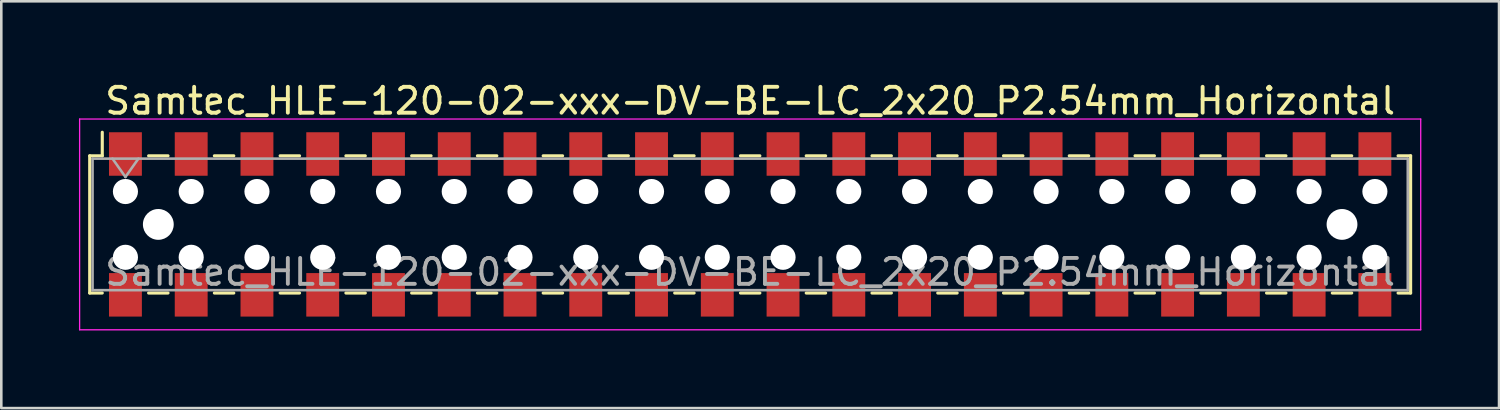
<source format=kicad_pcb>
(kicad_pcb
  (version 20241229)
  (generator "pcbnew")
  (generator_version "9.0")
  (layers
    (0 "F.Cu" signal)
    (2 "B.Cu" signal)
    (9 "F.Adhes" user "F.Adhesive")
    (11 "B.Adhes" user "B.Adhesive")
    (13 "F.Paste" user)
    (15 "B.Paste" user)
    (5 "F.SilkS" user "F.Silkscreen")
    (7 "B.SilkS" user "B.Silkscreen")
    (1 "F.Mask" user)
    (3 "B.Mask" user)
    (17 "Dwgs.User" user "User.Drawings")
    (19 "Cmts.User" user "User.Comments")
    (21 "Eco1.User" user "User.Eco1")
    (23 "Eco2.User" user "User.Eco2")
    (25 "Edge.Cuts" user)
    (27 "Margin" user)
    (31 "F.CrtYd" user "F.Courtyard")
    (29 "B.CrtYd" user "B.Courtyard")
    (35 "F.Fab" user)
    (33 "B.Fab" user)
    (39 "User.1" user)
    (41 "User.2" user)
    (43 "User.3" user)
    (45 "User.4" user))
  (footprint "Samtec_HLE-120-02-xxx-DV-BE-LC_2x20_P2.54mm_Horizontal"
    (layer "F.Cu")
    (at 25.925 5.618)
    (property "Reference" "Samtec_HLE-120-02-xxx-DV-BE-LC_2x20_P2.54mm_Horizontal" (at 0 -4.77 0) (layer "F.SilkS") (effects (font (size 1 1) (thickness 0.15))))
    (attr smd)
    (fp_line (start -25.51 -2.65) (end -25.51 2.65) (stroke (width 0.12) (type solid)) (layer "F.SilkS"))
    (fp_line (start -25.51 2.65) (end -25.025 2.65) (stroke (width 0.12) (type solid)) (layer "F.SilkS"))
    (fp_line (start -25.025 -3.56) (end -25.025 -2.65) (stroke (width 0.12) (type solid)) (layer "F.SilkS"))
    (fp_line (start -25.025 -2.65) (end -25.51 -2.65) (stroke (width 0.12) (type solid)) (layer "F.SilkS"))
    (fp_line (start -23.235 -2.65) (end -22.485 -2.65) (stroke (width 0.12) (type solid)) (layer "F.SilkS"))
    (fp_line (start -23.235 2.65) (end -22.485 2.65) (stroke (width 0.12) (type solid)) (layer "F.SilkS"))
    (fp_line (start -20.695 -2.65) (end -19.945 -2.65) (stroke (width 0.12) (type solid)) (layer "F.SilkS"))
    (fp_line (start -20.695 2.65) (end -19.945 2.65) (stroke (width 0.12) (type solid)) (layer "F.SilkS"))
    (fp_line (start -18.155 -2.65) (end -17.405 -2.65) (stroke (width 0.12) (type solid)) (layer "F.SilkS"))
    (fp_line (start -18.155 2.65) (end -17.405 2.65) (stroke (width 0.12) (type solid)) (layer "F.SilkS"))
    (fp_line (start -15.615 -2.65) (end -14.865 -2.65) (stroke (width 0.12) (type solid)) (layer "F.SilkS"))
    (fp_line (start -15.615 2.65) (end -14.865 2.65) (stroke (width 0.12) (type solid)) (layer "F.SilkS"))
    (fp_line (start -13.075 -2.65) (end -12.325 -2.65) (stroke (width 0.12) (type solid)) (layer "F.SilkS"))
    (fp_line (start -13.075 2.65) (end -12.325 2.65) (stroke (width 0.12) (type solid)) (layer "F.SilkS"))
    (fp_line (start -10.535 -2.65) (end -9.785 -2.65) (stroke (width 0.12) (type solid)) (layer "F.SilkS"))
    (fp_line (start -10.535 2.65) (end -9.785 2.65) (stroke (width 0.12) (type solid)) (layer "F.SilkS"))
    (fp_line (start -7.995 -2.65) (end -7.245 -2.65) (stroke (width 0.12) (type solid)) (layer "F.SilkS"))
    (fp_line (start -7.995 2.65) (end -7.245 2.65) (stroke (width 0.12) (type solid)) (layer "F.SilkS"))
    (fp_line (start -5.455 -2.65) (end -4.705 -2.65) (stroke (width 0.12) (type solid)) (layer "F.SilkS"))
    (fp_line (start -5.455 2.65) (end -4.705 2.65) (stroke (width 0.12) (type solid)) (layer "F.SilkS"))
    (fp_line (start -2.915 -2.65) (end -2.165 -2.65) (stroke (width 0.12) (type solid)) (layer "F.SilkS"))
    (fp_line (start -2.915 2.65) (end -2.165 2.65) (stroke (width 0.12) (type solid)) (layer "F.SilkS"))
    (fp_line (start -0.375 -2.65) (end 0.375 -2.65) (stroke (width 0.12) (type solid)) (layer "F.SilkS"))
    (fp_line (start -0.375 2.65) (end 0.375 2.65) (stroke (width 0.12) (type solid)) (layer "F.SilkS"))
    (fp_line (start 2.165 -2.65) (end 2.915 -2.65) (stroke (width 0.12) (type solid)) (layer "F.SilkS"))
    (fp_line (start 2.165 2.65) (end 2.915 2.65) (stroke (width 0.12) (type solid)) (layer "F.SilkS"))
    (fp_line (start 4.705 -2.65) (end 5.455 -2.65) (stroke (width 0.12) (type solid)) (layer "F.SilkS"))
    (fp_line (start 4.705 2.65) (end 5.455 2.65) (stroke (width 0.12) (type solid)) (layer "F.SilkS"))
    (fp_line (start 7.245 -2.65) (end 7.995 -2.65) (stroke (width 0.12) (type solid)) (layer "F.SilkS"))
    (fp_line (start 7.245 2.65) (end 7.995 2.65) (stroke (width 0.12) (type solid)) (layer "F.SilkS"))
    (fp_line (start 9.785 -2.65) (end 10.535 -2.65) (stroke (width 0.12) (type solid)) (layer "F.SilkS"))
    (fp_line (start 9.785 2.65) (end 10.535 2.65) (stroke (width 0.12) (type solid)) (layer "F.SilkS"))
    (fp_line (start 12.325 -2.65) (end 13.075 -2.65) (stroke (width 0.12) (type solid)) (layer "F.SilkS"))
    (fp_line (start 12.325 2.65) (end 13.075 2.65) (stroke (width 0.12) (type solid)) (layer "F.SilkS"))
    (fp_line (start 14.865 -2.65) (end 15.615 -2.65) (stroke (width 0.12) (type solid)) (layer "F.SilkS"))
    (fp_line (start 14.865 2.65) (end 15.615 2.65) (stroke (width 0.12) (type solid)) (layer "F.SilkS"))
    (fp_line (start 17.405 -2.65) (end 18.155 -2.65) (stroke (width 0.12) (type solid)) (layer "F.SilkS"))
    (fp_line (start 17.405 2.65) (end 18.155 2.65) (stroke (width 0.12) (type solid)) (layer "F.SilkS"))
    (fp_line (start 19.945 -2.65) (end 20.695 -2.65) (stroke (width 0.12) (type solid)) (layer "F.SilkS"))
    (fp_line (start 19.945 2.65) (end 20.695 2.65) (stroke (width 0.12) (type solid)) (layer "F.SilkS"))
    (fp_line (start 22.485 -2.65) (end 23.235 -2.65) (stroke (width 0.12) (type solid)) (layer "F.SilkS"))
    (fp_line (start 22.485 2.65) (end 23.235 2.65) (stroke (width 0.12) (type solid)) (layer "F.SilkS"))
    (fp_line (start 25.025 -2.65) (end 25.51 -2.65) (stroke (width 0.12) (type solid)) (layer "F.SilkS"))
    (fp_line (start 25.51 -2.65) (end 25.51 2.65) (stroke (width 0.12) (type solid)) (layer "F.SilkS"))
    (fp_line (start 25.51 2.65) (end 25.025 2.65) (stroke (width 0.12) (type solid)) (layer "F.SilkS"))
    (fp_line (start -25.9 -4.07) (end 25.9 -4.07) (stroke (width 0.05) (type solid)) (layer "F.CrtYd"))
    (fp_line (start -25.9 4.07) (end -25.9 -4.07) (stroke (width 0.05) (type solid)) (layer "F.CrtYd"))
    (fp_line (start 25.9 -4.07) (end 25.9 4.07) (stroke (width 0.05) (type solid)) (layer "F.CrtYd"))
    (fp_line (start 25.9 4.07) (end -25.9 4.07) (stroke (width 0.05) (type solid)) (layer "F.CrtYd"))
    (fp_line (start -25.4 -2.54) (end 25.4 -2.54) (stroke (width 0.1) (type solid)) (layer "F.Fab"))
    (fp_line (start -25.4 2.54) (end -25.4 -2.54) (stroke (width 0.1) (type solid)) (layer "F.Fab"))
    (fp_line (start -24.63 -2.54) (end -24.13 -1.833) (stroke (width 0.1) (type solid)) (layer "F.Fab"))
    (fp_line (start -24.13 -1.833) (end -23.63 -2.54) (stroke (width 0.1) (type solid)) (layer "F.Fab"))
    (fp_line (start 25.4 -2.54) (end 25.4 2.54) (stroke (width 0.1) (type solid)) (layer "F.Fab"))
    (fp_line (start 25.4 2.54) (end -25.4 2.54) (stroke (width 0.1) (type solid)) (layer "F.Fab"))
    (fp_text user "${REFERENCE}" (at 0 1.84 0) (layer "F.Fab") (effects (font (size 1 1) (thickness 0.15))))
    (pad "" np_thru_hole circle (at -24.13 -1.27) (size 0.97 0.97) (drill 0.97) (layers "*.Cu" "*.Mask"))
    (pad "" np_thru_hole circle (at -24.13 1.27) (size 0.97 0.97) (drill 0.97) (layers "*.Cu" "*.Mask"))
    (pad "" np_thru_hole circle (at -22.86 0) (size 1.19 1.19) (drill 1.19) (layers "*.Cu" "*.Mask"))
    (pad "" np_thru_hole circle (at -21.59 -1.27) (size 0.97 0.97) (drill 0.97) (layers "*.Cu" "*.Mask"))
    (pad "" np_thru_hole circle (at -21.59 1.27) (size 0.97 0.97) (drill 0.97) (layers "*.Cu" "*.Mask"))
    (pad "" np_thru_hole circle (at -19.05 -1.27) (size 0.97 0.97) (drill 0.97) (layers "*.Cu" "*.Mask"))
    (pad "" np_thru_hole circle (at -19.05 1.27) (size 0.97 0.97) (drill 0.97) (layers "*.Cu" "*.Mask"))
    (pad "" np_thru_hole circle (at -16.51 -1.27) (size 0.97 0.97) (drill 0.97) (layers "*.Cu" "*.Mask"))
    (pad "" np_thru_hole circle (at -16.51 1.27) (size 0.97 0.97) (drill 0.97) (layers "*.Cu" "*.Mask"))
    (pad "" np_thru_hole circle (at -13.97 -1.27) (size 0.97 0.97) (drill 0.97) (layers "*.Cu" "*.Mask"))
    (pad "" np_thru_hole circle (at -13.97 1.27) (size 0.97 0.97) (drill 0.97) (layers "*.Cu" "*.Mask"))
    (pad "" np_thru_hole circle (at -11.43 -1.27) (size 0.97 0.97) (drill 0.97) (layers "*.Cu" "*.Mask"))
    (pad "" np_thru_hole circle (at -11.43 1.27) (size 0.97 0.97) (drill 0.97) (layers "*.Cu" "*.Mask"))
    (pad "" np_thru_hole circle (at -8.89 -1.27) (size 0.97 0.97) (drill 0.97) (layers "*.Cu" "*.Mask"))
    (pad "" np_thru_hole circle (at -8.89 1.27) (size 0.97 0.97) (drill 0.97) (layers "*.Cu" "*.Mask"))
    (pad "" np_thru_hole circle (at -6.35 -1.27) (size 0.97 0.97) (drill 0.97) (layers "*.Cu" "*.Mask"))
    (pad "" np_thru_hole circle (at -6.35 1.27) (size 0.97 0.97) (drill 0.97) (layers "*.Cu" "*.Mask"))
    (pad "" np_thru_hole circle (at -3.81 -1.27) (size 0.97 0.97) (drill 0.97) (layers "*.Cu" "*.Mask"))
    (pad "" np_thru_hole circle (at -3.81 1.27) (size 0.97 0.97) (drill 0.97) (layers "*.Cu" "*.Mask"))
    (pad "" np_thru_hole circle (at -1.27 -1.27) (size 0.97 0.97) (drill 0.97) (layers "*.Cu" "*.Mask"))
    (pad "" np_thru_hole circle (at -1.27 1.27) (size 0.97 0.97) (drill 0.97) (layers "*.Cu" "*.Mask"))
    (pad "" np_thru_hole circle (at 1.27 -1.27) (size 0.97 0.97) (drill 0.97) (layers "*.Cu" "*.Mask"))
    (pad "" np_thru_hole circle (at 1.27 1.27) (size 0.97 0.97) (drill 0.97) (layers "*.Cu" "*.Mask"))
    (pad "" np_thru_hole circle (at 3.81 -1.27) (size 0.97 0.97) (drill 0.97) (layers "*.Cu" "*.Mask"))
    (pad "" np_thru_hole circle (at 3.81 1.27) (size 0.97 0.97) (drill 0.97) (layers "*.Cu" "*.Mask"))
    (pad "" np_thru_hole circle (at 6.35 -1.27) (size 0.97 0.97) (drill 0.97) (layers "*.Cu" "*.Mask"))
    (pad "" np_thru_hole circle (at 6.35 1.27) (size 0.97 0.97) (drill 0.97) (layers "*.Cu" "*.Mask"))
    (pad "" np_thru_hole circle (at 8.89 -1.27) (size 0.97 0.97) (drill 0.97) (layers "*.Cu" "*.Mask"))
    (pad "" np_thru_hole circle (at 8.89 1.27) (size 0.97 0.97) (drill 0.97) (layers "*.Cu" "*.Mask"))
    (pad "" np_thru_hole circle (at 11.43 -1.27) (size 0.97 0.97) (drill 0.97) (layers "*.Cu" "*.Mask"))
    (pad "" np_thru_hole circle (at 11.43 1.27) (size 0.97 0.97) (drill 0.97) (layers "*.Cu" "*.Mask"))
    (pad "" np_thru_hole circle (at 13.97 -1.27) (size 0.97 0.97) (drill 0.97) (layers "*.Cu" "*.Mask"))
    (pad "" np_thru_hole circle (at 13.97 1.27) (size 0.97 0.97) (drill 0.97) (layers "*.Cu" "*.Mask"))
    (pad "" np_thru_hole circle (at 16.51 -1.27) (size 0.97 0.97) (drill 0.97) (layers "*.Cu" "*.Mask"))
    (pad "" np_thru_hole circle (at 16.51 1.27) (size 0.97 0.97) (drill 0.97) (layers "*.Cu" "*.Mask"))
    (pad "" np_thru_hole circle (at 19.05 -1.27) (size 0.97 0.97) (drill 0.97) (layers "*.Cu" "*.Mask"))
    (pad "" np_thru_hole circle (at 19.05 1.27) (size 0.97 0.97) (drill 0.97) (layers "*.Cu" "*.Mask"))
    (pad "" np_thru_hole circle (at 21.59 -1.27) (size 0.97 0.97) (drill 0.97) (layers "*.Cu" "*.Mask"))
    (pad "" np_thru_hole circle (at 21.59 1.27) (size 0.97 0.97) (drill 0.97) (layers "*.Cu" "*.Mask"))
    (pad "" np_thru_hole circle (at 22.86 0) (size 1.19 1.19) (drill 1.19) (layers "*.Cu" "*.Mask"))
    (pad "" np_thru_hole circle (at 24.13 -1.27) (size 0.97 0.97) (drill 0.97) (layers "*.Cu" "*.Mask"))
    (pad "" np_thru_hole circle (at 24.13 1.27) (size 0.97 0.97) (drill 0.97) (layers "*.Cu" "*.Mask"))
    (pad "1" smd rect (at -24.13 -2.72) (size 1.27 1.68) (layers "F.Cu" "F.Mask" "F.Paste"))
    (pad "2" smd rect (at -24.13 2.72) (size 1.27 1.68) (layers "F.Cu" "F.Mask" "F.Paste"))
    (pad "3" smd rect (at -21.59 -2.72) (size 1.27 1.68) (layers "F.Cu" "F.Mask" "F.Paste"))
    (pad "4" smd rect (at -21.59 2.72) (size 1.27 1.68) (layers "F.Cu" "F.Mask" "F.Paste"))
    (pad "5" smd rect (at -19.05 -2.72) (size 1.27 1.68) (layers "F.Cu" "F.Mask" "F.Paste"))
    (pad "6" smd rect (at -19.05 2.72) (size 1.27 1.68) (layers "F.Cu" "F.Mask" "F.Paste"))
    (pad "7" smd rect (at -16.51 -2.72) (size 1.27 1.68) (layers "F.Cu" "F.Mask" "F.Paste"))
    (pad "8" smd rect (at -16.51 2.72) (size 1.27 1.68) (layers "F.Cu" "F.Mask" "F.Paste"))
    (pad "9" smd rect (at -13.97 -2.72) (size 1.27 1.68) (layers "F.Cu" "F.Mask" "F.Paste"))
    (pad "10" smd rect (at -13.97 2.72) (size 1.27 1.68) (layers "F.Cu" "F.Mask" "F.Paste"))
    (pad "11" smd rect (at -11.43 -2.72) (size 1.27 1.68) (layers "F.Cu" "F.Mask" "F.Paste"))
    (pad "12" smd rect (at -11.43 2.72) (size 1.27 1.68) (layers "F.Cu" "F.Mask" "F.Paste"))
    (pad "13" smd rect (at -8.89 -2.72) (size 1.27 1.68) (layers "F.Cu" "F.Mask" "F.Paste"))
    (pad "14" smd rect (at -8.89 2.72) (size 1.27 1.68) (layers "F.Cu" "F.Mask" "F.Paste"))
    (pad "15" smd rect (at -6.35 -2.72) (size 1.27 1.68) (layers "F.Cu" "F.Mask" "F.Paste"))
    (pad "16" smd rect (at -6.35 2.72) (size 1.27 1.68) (layers "F.Cu" "F.Mask" "F.Paste"))
    (pad "17" smd rect (at -3.81 -2.72) (size 1.27 1.68) (layers "F.Cu" "F.Mask" "F.Paste"))
    (pad "18" smd rect (at -3.81 2.72) (size 1.27 1.68) (layers "F.Cu" "F.Mask" "F.Paste"))
    (pad "19" smd rect (at -1.27 -2.72) (size 1.27 1.68) (layers "F.Cu" "F.Mask" "F.Paste"))
    (pad "20" smd rect (at -1.27 2.72) (size 1.27 1.68) (layers "F.Cu" "F.Mask" "F.Paste"))
    (pad "21" smd rect (at 1.27 -2.72) (size 1.27 1.68) (layers "F.Cu" "F.Mask" "F.Paste"))
    (pad "22" smd rect (at 1.27 2.72) (size 1.27 1.68) (layers "F.Cu" "F.Mask" "F.Paste"))
    (pad "23" smd rect (at 3.81 -2.72) (size 1.27 1.68) (layers "F.Cu" "F.Mask" "F.Paste"))
    (pad "24" smd rect (at 3.81 2.72) (size 1.27 1.68) (layers "F.Cu" "F.Mask" "F.Paste"))
    (pad "25" smd rect (at 6.35 -2.72) (size 1.27 1.68) (layers "F.Cu" "F.Mask" "F.Paste"))
    (pad "26" smd rect (at 6.35 2.72) (size 1.27 1.68) (layers "F.Cu" "F.Mask" "F.Paste"))
    (pad "27" smd rect (at 8.89 -2.72) (size 1.27 1.68) (layers "F.Cu" "F.Mask" "F.Paste"))
    (pad "28" smd rect (at 8.89 2.72) (size 1.27 1.68) (layers "F.Cu" "F.Mask" "F.Paste"))
    (pad "29" smd rect (at 11.43 -2.72) (size 1.27 1.68) (layers "F.Cu" "F.Mask" "F.Paste"))
    (pad "30" smd rect (at 11.43 2.72) (size 1.27 1.68) (layers "F.Cu" "F.Mask" "F.Paste"))
    (pad "31" smd rect (at 13.97 -2.72) (size 1.27 1.68) (layers "F.Cu" "F.Mask" "F.Paste"))
    (pad "32" smd rect (at 13.97 2.72) (size 1.27 1.68) (layers "F.Cu" "F.Mask" "F.Paste"))
    (pad "33" smd rect (at 16.51 -2.72) (size 1.27 1.68) (layers "F.Cu" "F.Mask" "F.Paste"))
    (pad "34" smd rect (at 16.51 2.72) (size 1.27 1.68) (layers "F.Cu" "F.Mask" "F.Paste"))
    (pad "35" smd rect (at 19.05 -2.72) (size 1.27 1.68) (layers "F.Cu" "F.Mask" "F.Paste"))
    (pad "36" smd rect (at 19.05 2.72) (size 1.27 1.68) (layers "F.Cu" "F.Mask" "F.Paste"))
    (pad "37" smd rect (at 21.59 -2.72) (size 1.27 1.68) (layers "F.Cu" "F.Mask" "F.Paste"))
    (pad "38" smd rect (at 21.59 2.72) (size 1.27 1.68) (layers "F.Cu" "F.Mask" "F.Paste"))
    (pad "39" smd rect (at 24.13 -2.72) (size 1.27 1.68) (layers "F.Cu" "F.Mask" "F.Paste"))
    (pad "40" smd rect (at 24.13 2.72) (size 1.27 1.68) (layers "F.Cu" "F.Mask" "F.Paste")))
  (gr_rect
    (start -3 -3)
    (end 54.85 12.713)
    (stroke (width 0.1) (type default))
    (fill no)
    (layer "Edge.Cuts")))
</source>
